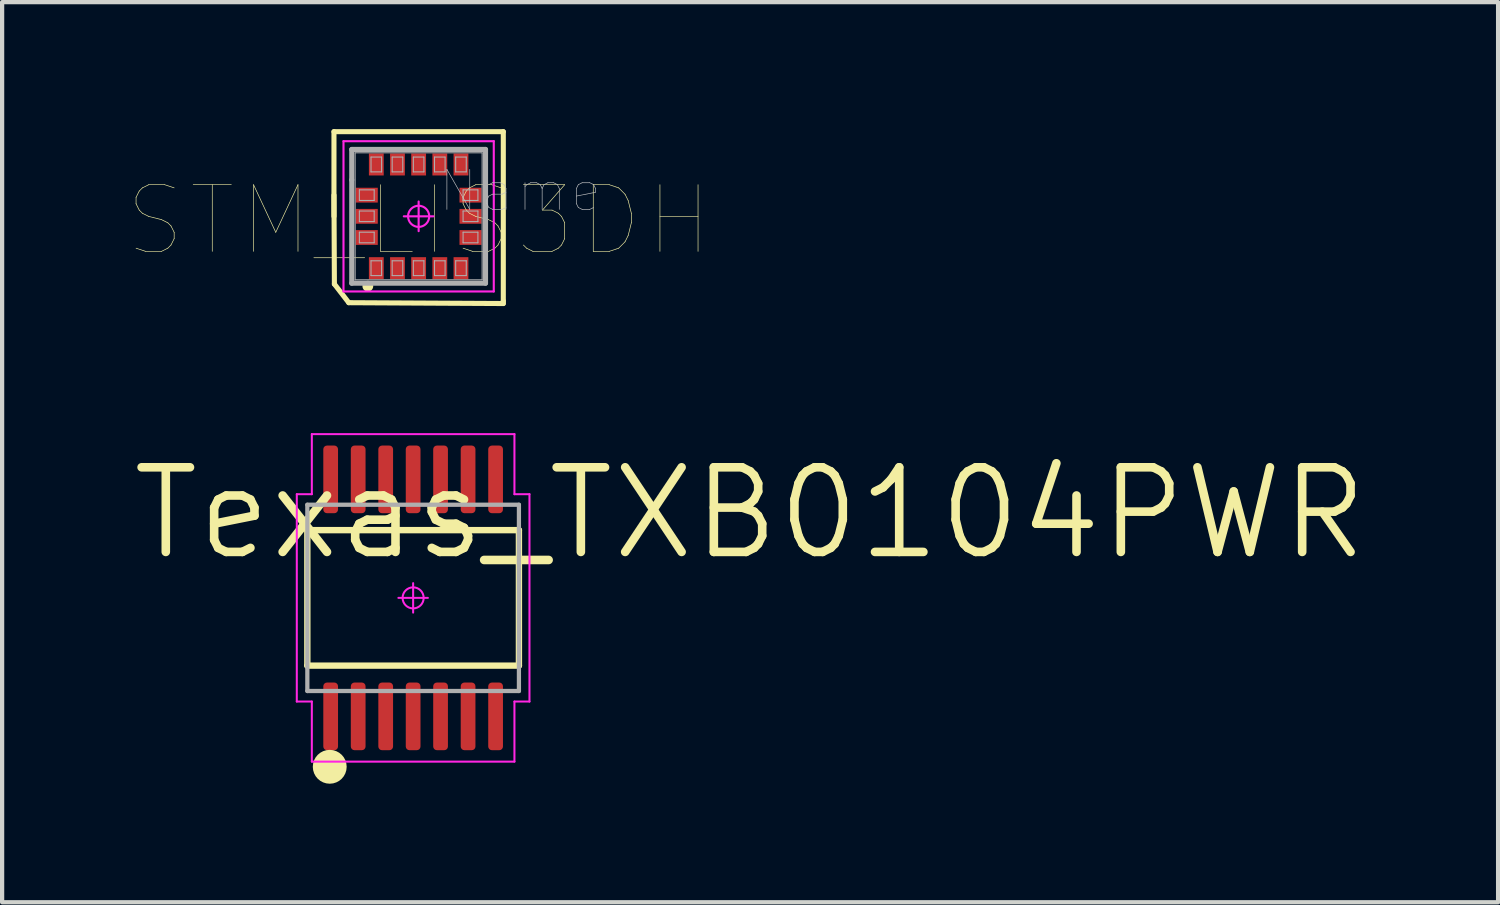
<source format=kicad_pcb>
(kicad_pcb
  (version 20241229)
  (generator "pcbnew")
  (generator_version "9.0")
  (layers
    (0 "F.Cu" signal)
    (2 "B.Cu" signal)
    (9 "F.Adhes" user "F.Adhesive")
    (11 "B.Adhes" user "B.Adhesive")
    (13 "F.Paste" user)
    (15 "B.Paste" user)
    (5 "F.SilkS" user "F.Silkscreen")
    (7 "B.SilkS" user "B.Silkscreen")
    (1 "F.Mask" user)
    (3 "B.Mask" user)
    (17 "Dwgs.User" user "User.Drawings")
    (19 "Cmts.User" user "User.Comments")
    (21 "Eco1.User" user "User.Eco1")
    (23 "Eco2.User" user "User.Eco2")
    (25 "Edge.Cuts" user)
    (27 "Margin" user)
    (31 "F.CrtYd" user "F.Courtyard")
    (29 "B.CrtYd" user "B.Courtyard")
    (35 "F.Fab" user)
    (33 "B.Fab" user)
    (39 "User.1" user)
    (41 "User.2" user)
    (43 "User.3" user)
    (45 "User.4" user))
  (footprint "Texas_TXB0104PWR"
    (layer "F.Cu")
    (at 6.709 11.073)
    (property "Reference" "Texas_TXB0104PWR" (at 7.96 -2 0) (layer "F.SilkS") (effects (font (size 1.999 1.999) (thickness 0.203))))
    (attr smd)
    (fp_line (start -2.499 -1.6) (end 2.499 -1.6) (stroke (width 0.15) (type solid)) (layer "F.SilkS"))
    (fp_line (start -2.499 1.6) (end -2.499 -1.6) (stroke (width 0.15) (type solid)) (layer "F.SilkS"))
    (fp_line (start 2.499 -1.6) (end 2.499 1.6) (stroke (width 0.15) (type solid)) (layer "F.SilkS"))
    (fp_line (start 2.499 1.6) (end -2.499 1.6) (stroke (width 0.15) (type solid)) (layer "F.SilkS"))
    (fp_circle (center -1.97 3.99) (end -1.97 3.99) (stroke (width 0.4) (type solid)) (fill no) (layer "F.SilkS"))
    (fp_line (start -2.748 -2.449) (end -2.748 2.449) (stroke (width 0.048) (type solid)) (layer "F.CrtYd"))
    (fp_line (start -2.748 2.449) (end -2.393 2.449) (stroke (width 0.048) (type solid)) (layer "F.CrtYd"))
    (fp_line (start -2.393 -3.868) (end -2.393 -2.449) (stroke (width 0.048) (type solid)) (layer "F.CrtYd"))
    (fp_line (start -2.393 -2.449) (end -2.748 -2.449) (stroke (width 0.048) (type solid)) (layer "F.CrtYd"))
    (fp_line (start -2.393 2.449) (end -2.393 3.868) (stroke (width 0.048) (type solid)) (layer "F.CrtYd"))
    (fp_line (start -2.393 3.868) (end 2.393 3.868) (stroke (width 0.048) (type solid)) (layer "F.CrtYd"))
    (fp_line (start -0.348 0) (end 0.348 0) (stroke (width 0.048) (type solid)) (layer "F.CrtYd"))
    (fp_line (start 0 -0.348) (end 0 0.348) (stroke (width 0.048) (type solid)) (layer "F.CrtYd"))
    (fp_line (start 2.393 -3.868) (end -2.393 -3.868) (stroke (width 0.048) (type solid)) (layer "F.CrtYd"))
    (fp_line (start 2.393 -2.449) (end 2.393 -3.868) (stroke (width 0.048) (type solid)) (layer "F.CrtYd"))
    (fp_line (start 2.393 2.449) (end 2.748 2.449) (stroke (width 0.048) (type solid)) (layer "F.CrtYd"))
    (fp_line (start 2.393 3.868) (end 2.393 2.449) (stroke (width 0.048) (type solid)) (layer "F.CrtYd"))
    (fp_line (start 2.748 -2.449) (end 2.393 -2.449) (stroke (width 0.048) (type solid)) (layer "F.CrtYd"))
    (fp_line (start 2.748 2.449) (end 2.748 -2.449) (stroke (width 0.048) (type solid)) (layer "F.CrtYd"))
    (fp_circle (center 0 0) (end 0 -0.249) (stroke (width 0.048) (type solid)) (fill no) (layer "F.CrtYd"))
    (fp_line (start -2.499 -2.2) (end 2.499 -2.2) (stroke (width 0.1) (type solid)) (layer "F.Fab"))
    (fp_line (start -2.499 2.2) (end -2.499 -2.2) (stroke (width 0.1) (type solid)) (layer "F.Fab"))
    (fp_line (start 2.499 -2.2) (end 2.499 2.2) (stroke (width 0.1) (type solid)) (layer "F.Fab"))
    (fp_line (start 2.499 2.2) (end -2.499 2.2) (stroke (width 0.1) (type solid)) (layer "F.Fab"))
    (pad "1" smd roundrect (at -1.948 2.799 270) (size 1.598 0.348) (layers "F.Cu" "F.Mask" "F.Paste") (roundrect_rratio 0.25))
    (pad "2" smd roundrect (at -1.298 2.799 270) (size 1.598 0.348) (layers "F.Cu" "F.Mask" "F.Paste") (roundrect_rratio 0.25))
    (pad "3" smd roundrect (at -0.648 2.799 270) (size 1.598 0.348) (layers "F.Cu" "F.Mask" "F.Paste") (roundrect_rratio 0.25))
    (pad "4" smd roundrect (at 0 2.799 270) (size 1.598 0.348) (layers "F.Cu" "F.Mask" "F.Paste") (roundrect_rratio 0.25))
    (pad "5" smd roundrect (at 0.648 2.799 270) (size 1.598 0.348) (layers "F.Cu" "F.Mask" "F.Paste") (roundrect_rratio 0.25))
    (pad "6" smd roundrect (at 1.298 2.799 270) (size 1.598 0.348) (layers "F.Cu" "F.Mask" "F.Paste") (roundrect_rratio 0.25))
    (pad "7" smd roundrect (at 1.948 2.799 270) (size 1.598 0.348) (layers "F.Cu" "F.Mask" "F.Paste") (roundrect_rratio 0.25))
    (pad "8" smd roundrect (at 1.948 -2.799 270) (size 1.598 0.348) (layers "F.Cu" "F.Mask" "F.Paste") (roundrect_rratio 0.25))
    (pad "9" smd roundrect (at 1.298 -2.799 270) (size 1.598 0.348) (layers "F.Cu" "F.Mask" "F.Paste") (roundrect_rratio 0.25))
    (pad "10" smd roundrect (at 0.648 -2.799 270) (size 1.598 0.348) (layers "F.Cu" "F.Mask" "F.Paste") (roundrect_rratio 0.25))
    (pad "11" smd roundrect (at 0 -2.799 270) (size 1.598 0.348) (layers "F.Cu" "F.Mask" "F.Paste") (roundrect_rratio 0.25))
    (pad "12" smd roundrect (at -0.648 -2.799 270) (size 1.598 0.348) (layers "F.Cu" "F.Mask" "F.Paste") (roundrect_rratio 0.25))
    (pad "13" smd roundrect (at -1.298 -2.799 270) (size 1.598 0.348) (layers "F.Cu" "F.Mask" "F.Paste") (roundrect_rratio 0.25))
    (pad "14" smd roundrect (at -1.948 -2.799 270) (size 1.598 0.348) (layers "F.Cu" "F.Mask" "F.Paste") (roundrect_rratio 0.25)))
  (footprint "STM_LIS3DH"
    (layer "F.Cu")
    (at 6.839 2.06)
    (property "Reference" "STM_LIS3DH" (at 0 0.1 0) (layer "F.SilkS") (effects (font (size 1.575 1.575) (thickness 0.015))))
    (fp_line (start -2 -2) (end 2 -2) (stroke (width 0.12) (type solid)) (layer "F.SilkS"))
    (fp_line (start -2 0) (end -2 -2) (stroke (width 0.12) (type solid)) (layer "F.SilkS"))
    (fp_line (start -1.99 1.6) (end -2 -0.5) (stroke (width 0.12) (type solid)) (layer "F.SilkS"))
    (fp_line (start -1.99 1.6) (end -1.65 2.04) (stroke (width 0.12) (type solid)) (layer "F.SilkS"))
    (fp_line (start -1.65 2.04) (end 2 2.06) (stroke (width 0.12) (type solid)) (layer "F.SilkS"))
    (fp_line (start 2 -2) (end 2 2) (stroke (width 0.12) (type solid)) (layer "F.SilkS"))
    (fp_line (start 2 2.06) (end 2 2) (stroke (width 0.12) (type solid)) (layer "F.SilkS"))
    (fp_circle (center -1.2 1.65) (end -1.073 1.65) (stroke (width 0) (type solid)) (fill yes) (layer "F.SilkS"))
    (fp_line (start -1.775 -1.775) (end -1.775 1.775) (stroke (width 0.05) (type solid)) (layer "F.CrtYd"))
    (fp_line (start -1.775 1.775) (end 1.775 1.775) (stroke (width 0.05) (type solid)) (layer "F.CrtYd"))
    (fp_line (start -0.35 0) (end 0.35 0) (stroke (width 0.05) (type solid)) (layer "F.CrtYd"))
    (fp_line (start 0 -0.35) (end 0 0.35) (stroke (width 0.05) (type solid)) (layer "F.CrtYd"))
    (fp_line (start 1.775 -1.775) (end -1.775 -1.775) (stroke (width 0.05) (type solid)) (layer "F.CrtYd"))
    (fp_line (start 1.775 1.775) (end 1.775 -1.775) (stroke (width 0.05) (type solid)) (layer "F.CrtYd"))
    (fp_circle (center 0 0) (end 0.25 0) (stroke (width 0.05) (type solid)) (fill no) (layer "F.CrtYd"))
    (fp_line (start -1.58 -1.58) (end -1.58 -0.86) (stroke (width 0.12) (type solid)) (layer "F.Fab"))
    (fp_line (start -1.58 -1.58) (end 1.58 -1.58) (stroke (width 0.12) (type solid)) (layer "F.Fab"))
    (fp_line (start -1.58 1.58) (end -1.58 -0.86) (stroke (width 0.12) (type solid)) (layer "F.Fab"))
    (fp_line (start -1.5 -1.5) (end 1.5 -1.5) (stroke (width 0.025) (type solid)) (layer "F.Fab"))
    (fp_line (start -1.5 1.5) (end -1.5 -1.5) (stroke (width 0.025) (type solid)) (layer "F.Fab"))
    (fp_line (start -1.4 -0.625) (end -1.05 -0.625) (stroke (width 0.025) (type solid)) (layer "F.Fab"))
    (fp_line (start -1.4 -0.375) (end -1.4 -0.625) (stroke (width 0.025) (type solid)) (layer "F.Fab"))
    (fp_line (start -1.4 -0.125) (end -1.05 -0.125) (stroke (width 0.025) (type solid)) (layer "F.Fab"))
    (fp_line (start -1.4 0.125) (end -1.4 -0.125) (stroke (width 0.025) (type solid)) (layer "F.Fab"))
    (fp_line (start -1.4 0.375) (end -1.05 0.375) (stroke (width 0.025) (type solid)) (layer "F.Fab"))
    (fp_line (start -1.4 0.625) (end -1.4 0.375) (stroke (width 0.025) (type solid)) (layer "F.Fab"))
    (fp_line (start -1.125 -1.4) (end -0.875 -1.4) (stroke (width 0.025) (type solid)) (layer "F.Fab"))
    (fp_line (start -1.125 -1.05) (end -1.125 -1.4) (stroke (width 0.025) (type solid)) (layer "F.Fab"))
    (fp_line (start -1.125 1.05) (end -0.875 1.05) (stroke (width 0.025) (type solid)) (layer "F.Fab"))
    (fp_line (start -1.125 1.4) (end -1.125 1.05) (stroke (width 0.025) (type solid)) (layer "F.Fab"))
    (fp_line (start -1.05 -0.625) (end -1.05 -0.375) (stroke (width 0.025) (type solid)) (layer "F.Fab"))
    (fp_line (start -1.05 -0.375) (end -1.4 -0.375) (stroke (width 0.025) (type solid)) (layer "F.Fab"))
    (fp_line (start -1.05 -0.125) (end -1.05 0.125) (stroke (width 0.025) (type solid)) (layer "F.Fab"))
    (fp_line (start -1.05 0.125) (end -1.4 0.125) (stroke (width 0.025) (type solid)) (layer "F.Fab"))
    (fp_line (start -1.05 0.375) (end -1.05 0.625) (stroke (width 0.025) (type solid)) (layer "F.Fab"))
    (fp_line (start -1.05 0.625) (end -1.4 0.625) (stroke (width 0.025) (type solid)) (layer "F.Fab"))
    (fp_line (start -0.875 -1.4) (end -0.875 -1.05) (stroke (width 0.025) (type solid)) (layer "F.Fab"))
    (fp_line (start -0.875 -1.05) (end -1.125 -1.05) (stroke (width 0.025) (type solid)) (layer "F.Fab"))
    (fp_line (start -0.875 1.05) (end -0.875 1.4) (stroke (width 0.025) (type solid)) (layer "F.Fab"))
    (fp_line (start -0.875 1.4) (end -1.125 1.4) (stroke (width 0.025) (type solid)) (layer "F.Fab"))
    (fp_line (start -0.625 -1.4) (end -0.375 -1.4) (stroke (width 0.025) (type solid)) (layer "F.Fab"))
    (fp_line (start -0.625 -1.05) (end -0.625 -1.4) (stroke (width 0.025) (type solid)) (layer "F.Fab"))
    (fp_line (start -0.625 1.05) (end -0.375 1.05) (stroke (width 0.025) (type solid)) (layer "F.Fab"))
    (fp_line (start -0.625 1.4) (end -0.625 1.05) (stroke (width 0.025) (type solid)) (layer "F.Fab"))
    (fp_line (start -0.375 -1.4) (end -0.375 -1.05) (stroke (width 0.025) (type solid)) (layer "F.Fab"))
    (fp_line (start -0.375 -1.05) (end -0.625 -1.05) (stroke (width 0.025) (type solid)) (layer "F.Fab"))
    (fp_line (start -0.375 1.05) (end -0.375 1.4) (stroke (width 0.025) (type solid)) (layer "F.Fab"))
    (fp_line (start -0.375 1.4) (end -0.625 1.4) (stroke (width 0.025) (type solid)) (layer "F.Fab"))
    (fp_line (start -0.125 -1.4) (end 0.125 -1.4) (stroke (width 0.025) (type solid)) (layer "F.Fab"))
    (fp_line (start -0.125 -1.05) (end -0.125 -1.4) (stroke (width 0.025) (type solid)) (layer "F.Fab"))
    (fp_line (start -0.125 1.05) (end 0.125 1.05) (stroke (width 0.025) (type solid)) (layer "F.Fab"))
    (fp_line (start -0.125 1.4) (end -0.125 1.05) (stroke (width 0.025) (type solid)) (layer "F.Fab"))
    (fp_line (start 0.125 -1.4) (end 0.125 -1.05) (stroke (width 0.025) (type solid)) (layer "F.Fab"))
    (fp_line (start 0.125 -1.05) (end -0.125 -1.05) (stroke (width 0.025) (type solid)) (layer "F.Fab"))
    (fp_line (start 0.125 1.05) (end 0.125 1.4) (stroke (width 0.025) (type solid)) (layer "F.Fab"))
    (fp_line (start 0.125 1.4) (end -0.125 1.4) (stroke (width 0.025) (type solid)) (layer "F.Fab"))
    (fp_line (start 0.375 -1.4) (end 0.625 -1.4) (stroke (width 0.025) (type solid)) (layer "F.Fab"))
    (fp_line (start 0.375 -1.05) (end 0.375 -1.4) (stroke (width 0.025) (type solid)) (layer "F.Fab"))
    (fp_line (start 0.375 1.05) (end 0.625 1.05) (stroke (width 0.025) (type solid)) (layer "F.Fab"))
    (fp_line (start 0.375 1.4) (end 0.375 1.05) (stroke (width 0.025) (type solid)) (layer "F.Fab"))
    (fp_line (start 0.625 -1.4) (end 0.625 -1.05) (stroke (width 0.025) (type solid)) (layer "F.Fab"))
    (fp_line (start 0.625 -1.05) (end 0.375 -1.05) (stroke (width 0.025) (type solid)) (layer "F.Fab"))
    (fp_line (start 0.625 1.05) (end 0.625 1.4) (stroke (width 0.025) (type solid)) (layer "F.Fab"))
    (fp_line (start 0.625 1.4) (end 0.375 1.4) (stroke (width 0.025) (type solid)) (layer "F.Fab"))
    (fp_line (start 0.875 -1.4) (end 1.125 -1.4) (stroke (width 0.025) (type solid)) (layer "F.Fab"))
    (fp_line (start 0.875 -1.05) (end 0.875 -1.4) (stroke (width 0.025) (type solid)) (layer "F.Fab"))
    (fp_line (start 0.875 1.05) (end 1.125 1.05) (stroke (width 0.025) (type solid)) (layer "F.Fab"))
    (fp_line (start 0.875 1.4) (end 0.875 1.05) (stroke (width 0.025) (type solid)) (layer "F.Fab"))
    (fp_line (start 1.05 -0.625) (end 1.4 -0.625) (stroke (width 0.025) (type solid)) (layer "F.Fab"))
    (fp_line (start 1.05 -0.375) (end 1.05 -0.625) (stroke (width 0.025) (type solid)) (layer "F.Fab"))
    (fp_line (start 1.05 -0.125) (end 1.4 -0.125) (stroke (width 0.025) (type solid)) (layer "F.Fab"))
    (fp_line (start 1.05 0.125) (end 1.05 -0.125) (stroke (width 0.025) (type solid)) (layer "F.Fab"))
    (fp_line (start 1.05 0.375) (end 1.4 0.375) (stroke (width 0.025) (type solid)) (layer "F.Fab"))
    (fp_line (start 1.05 0.625) (end 1.05 0.375) (stroke (width 0.025) (type solid)) (layer "F.Fab"))
    (fp_line (start 1.125 -1.4) (end 1.125 -1.05) (stroke (width 0.025) (type solid)) (layer "F.Fab"))
    (fp_line (start 1.125 -1.05) (end 0.875 -1.05) (stroke (width 0.025) (type solid)) (layer "F.Fab"))
    (fp_line (start 1.125 1.05) (end 1.125 1.4) (stroke (width 0.025) (type solid)) (layer "F.Fab"))
    (fp_line (start 1.125 1.4) (end 0.875 1.4) (stroke (width 0.025) (type solid)) (layer "F.Fab"))
    (fp_line (start 1.4 -0.625) (end 1.4 -0.375) (stroke (width 0.025) (type solid)) (layer "F.Fab"))
    (fp_line (start 1.4 -0.375) (end 1.05 -0.375) (stroke (width 0.025) (type solid)) (layer "F.Fab"))
    (fp_line (start 1.4 -0.125) (end 1.4 0.125) (stroke (width 0.025) (type solid)) (layer "F.Fab"))
    (fp_line (start 1.4 0.125) (end 1.05 0.125) (stroke (width 0.025) (type solid)) (layer "F.Fab"))
    (fp_line (start 1.4 0.375) (end 1.4 0.625) (stroke (width 0.025) (type solid)) (layer "F.Fab"))
    (fp_line (start 1.4 0.625) (end 1.05 0.625) (stroke (width 0.025) (type solid)) (layer "F.Fab"))
    (fp_line (start 1.5 -1.5) (end 1.5 1.5) (stroke (width 0.025) (type solid)) (layer "F.Fab"))
    (fp_line (start 1.5 1.5) (end -1.5 1.5) (stroke (width 0.025) (type solid)) (layer "F.Fab"))
    (fp_line (start 1.58 -1.58) (end 1.58 1.58) (stroke (width 0.12) (type solid)) (layer "F.Fab"))
    (fp_line (start 1.58 1.58) (end -1.58 1.58) (stroke (width 0.12) (type solid)) (layer "F.Fab"))
    (fp_text user "Name" (at 2.4 -0.6 0) (layer "Dwgs.User") (effects (font (size 0.945 0.945) (thickness 0.015))))
    (pad "1" smd rect (at -1 1.225) (size 0.35 0.52) (layers "F.Cu" "F.Mask" "F.Paste"))
    (pad "2" smd rect (at -0.5 1.225) (size 0.35 0.52) (layers "F.Cu" "F.Mask" "F.Paste"))
    (pad "3" smd rect (at 0 1.225) (size 0.35 0.52) (layers "F.Cu" "F.Mask" "F.Paste"))
    (pad "4" smd rect (at 0.5 1.225) (size 0.35 0.52) (layers "F.Cu" "F.Mask" "F.Paste"))
    (pad "5" smd rect (at 1 1.225) (size 0.35 0.52) (layers "F.Cu" "F.Mask" "F.Paste"))
    (pad "6" smd rect (at 1.225 0.5) (size 0.52 0.35) (layers "F.Cu" "F.Mask" "F.Paste"))
    (pad "7" smd rect (at 1.225 0) (size 0.52 0.35) (layers "F.Cu" "F.Mask" "F.Paste"))
    (pad "8" smd rect (at 1.225 -0.5) (size 0.52 0.35) (layers "F.Cu" "F.Mask" "F.Paste"))
    (pad "9" smd rect (at 1 -1.225) (size 0.35 0.52) (layers "F.Cu" "F.Mask" "F.Paste"))
    (pad "10" smd rect (at 0.5 -1.225) (size 0.35 0.52) (layers "F.Cu" "F.Mask" "F.Paste"))
    (pad "11" smd rect (at 0 -1.225) (size 0.35 0.52) (layers "F.Cu" "F.Mask" "F.Paste"))
    (pad "12" smd rect (at -0.5 -1.225) (size 0.35 0.52) (layers "F.Cu" "F.Mask" "F.Paste"))
    (pad "13" smd rect (at -1 -1.225) (size 0.35 0.52) (layers "F.Cu" "F.Mask" "F.Paste"))
    (pad "14" smd rect (at -1.225 -0.5) (size 0.52 0.35) (layers "F.Cu" "F.Mask" "F.Paste"))
    (pad "15" smd rect (at -1.225 0) (size 0.52 0.35) (layers "F.Cu" "F.Mask" "F.Paste"))
    (pad "16" smd rect (at -1.225 0.5) (size 0.52 0.35) (layers "F.Cu" "F.Mask" "F.Paste")))
  (gr_rect
    (start -3 -3)
    (end 32.338 18.263)
    (stroke (width 0.1) (type default))
    (fill no)
    (layer "Edge.Cuts")))
</source>
